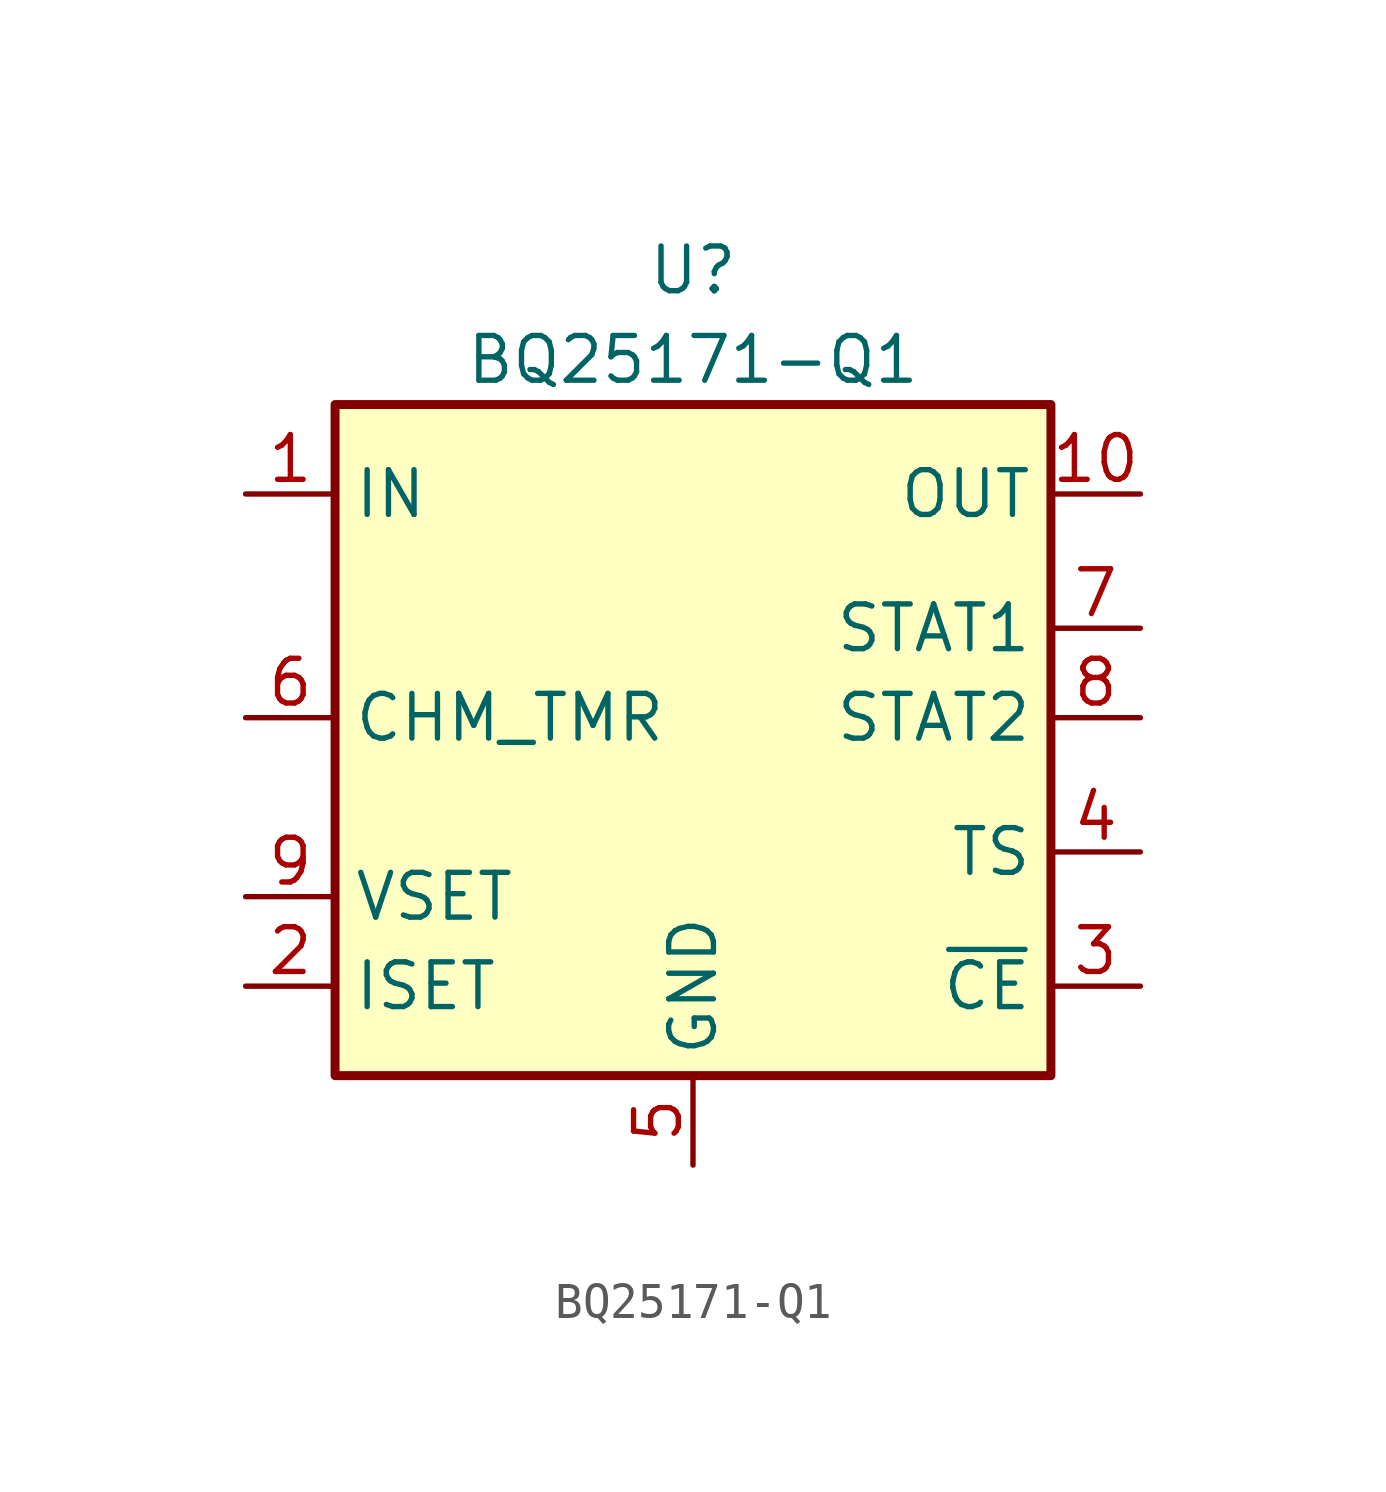
<source format=kicad_sym>
(kicad_symbol_lib
  (version 20220914)
  (generator kicad_symbol_editor)
  (symbol "BQ25171-Q1"
    (property "Reference" "U"
      (at 0 12.7 0)
      (effects (font (size 1.27 1.27))))
    (property "Value" "BQ25171-Q1"
      (at 0 10.16 0)
      (effects (font (size 1.27 1.27))))
    (symbol "BQ25171-Q1_1_1"
      (rectangle (start -10.16 8.89) (end 10.16 -10.16) (stroke (width 0.254) (type default)) (fill (type background)))
      (pin power_in line (at -12.7 6.35 0) (length 2.54) (name "IN" (effects (font (size 1.27 1.27)))) (number "1" (effects (font (size 1.27 1.27)))))
      (pin power_in line (at 12.7 6.35 180) (length 2.54) (name "OUT" (effects (font (size 1.27 1.27)))) (number "10" (effects (font (size 1.27 1.27)))))
      (pin passive line (at 0 -12.7 90) (length 2.54) hide (name "GND" (effects (font (size 1.27 1.27)))) (number "11" (effects (font (size 1.27 1.27)))))
      (pin input line (at -12.7 -7.62 0) (length 2.54) (name "ISET" (effects (font (size 1.27 1.27)))) (number "2" (effects (font (size 1.27 1.27)))))
      (pin input line (at 12.7 -7.62 180) (length 2.54) (name "~{CE}" (effects (font (size 1.27 1.27)))) (number "3" (effects (font (size 1.27 1.27)))))
      (pin open_collector line (at 12.7 -3.81 180) (length 2.54) (name "TS" (effects (font (size 1.27 1.27)))) (number "4" (effects (font (size 1.27 1.27)))))
      (pin power_in line (at 0 -12.7 90) (length 2.54) (name "GND" (effects (font (size 1.27 1.27)))) (number "5" (effects (font (size 1.27 1.27)))))
      (pin power_in line (at -12.7 0 0) (length 2.54) (name "CHM_TMR" (effects (font (size 1.27 1.27)))) (number "6" (effects (font (size 1.27 1.27)))))
      (pin open_collector line (at 12.7 2.54 180) (length 2.54) (name "STAT1" (effects (font (size 1.27 1.27)))) (number "7" (effects (font (size 1.27 1.27)))))
      (pin open_collector line (at 12.7 0 180) (length 2.54) (name "STAT2" (effects (font (size 1.27 1.27)))) (number "8" (effects (font (size 1.27 1.27)))))
      (pin input line (at -12.7 -5.08 0) (length 2.54) (name "VSET" (effects (font (size 1.27 1.27)))) (number "9" (effects (font (size 1.27 1.27))))))))
</source>
